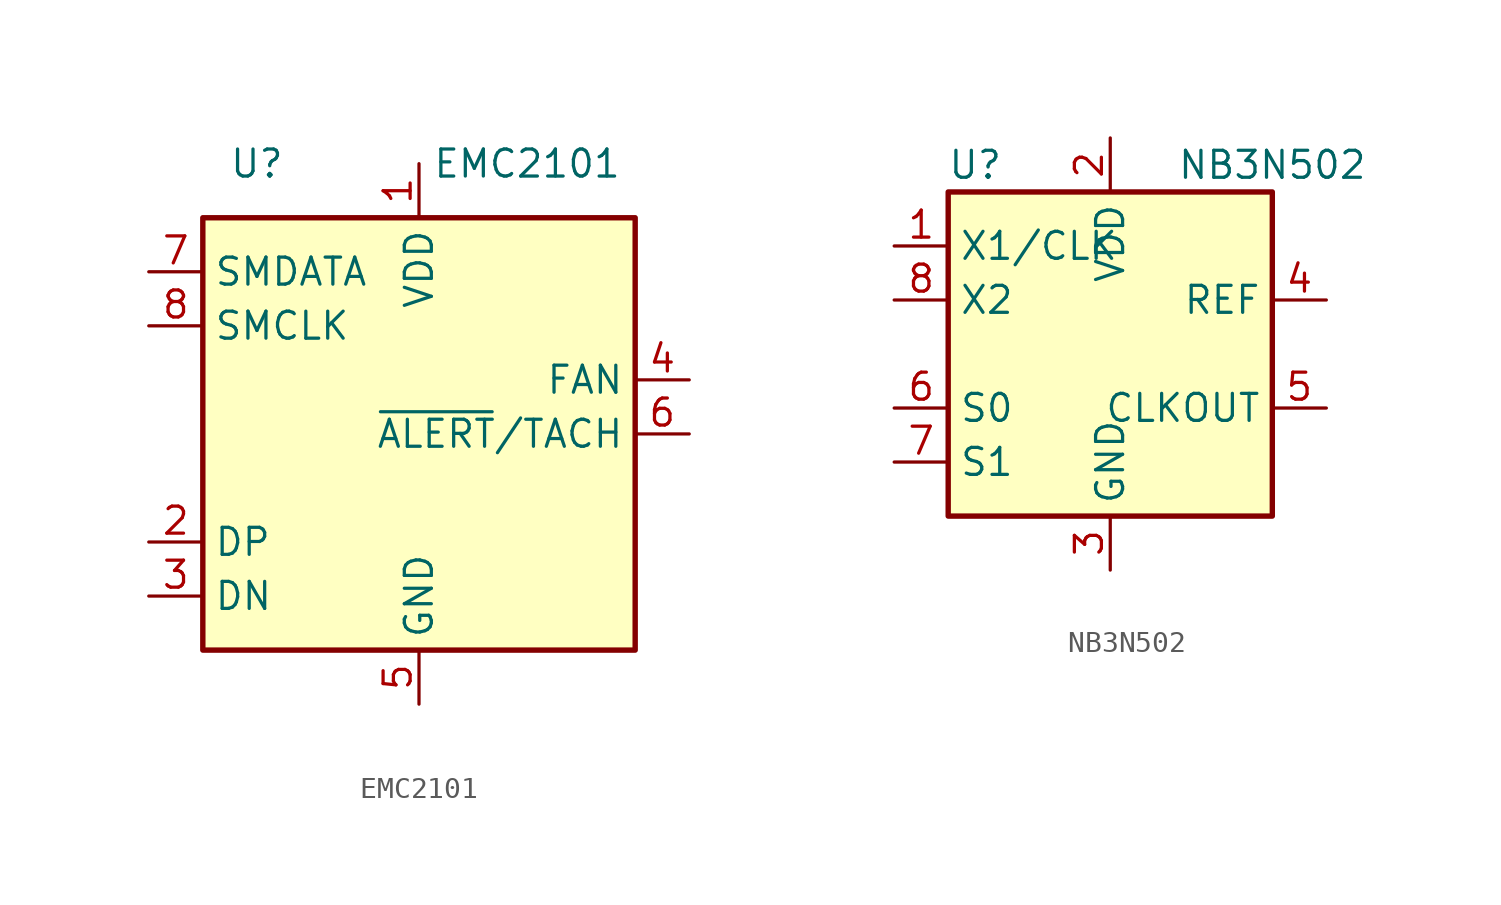
<source format=kicad_sym>
(kicad_symbol_lib
  (version 20220914)
  (generator kicad_symbol_editor)
  (symbol "EMC2101"
    (property "Reference" "U"
      (at -7.62 12.7 0)
      (effects (font (size 1.27 1.27))))
    (property "Value" "EMC2101"
      (at 5.08 12.7 0)
      (effects (font (size 1.27 1.27))))
    (symbol "EMC2101_0_1"
      (rectangle (start -10.16 10.16) (end 10.16 -10.16) (stroke (width 0.254) (type default)) (fill (type background))))
    (symbol "EMC2101_1_1"
      (pin power_in line (at 0 12.7 270) (length 2.54) (name "VDD" (effects (font (size 1.27 1.27)))) (number "1" (effects (font (size 1.27 1.27)))))
      (pin input line (at -12.7 -5.08 0) (length 2.54) (name "DP" (effects (font (size 1.27 1.27)))) (number "2" (effects (font (size 1.27 1.27)))))
      (pin input line (at -12.7 -7.62 0) (length 2.54) (name "DN" (effects (font (size 1.27 1.27)))) (number "3" (effects (font (size 1.27 1.27)))))
      (pin output line (at 12.7 2.54 180) (length 2.54) (name "FAN" (effects (font (size 1.27 1.27)))) (number "4" (effects (font (size 1.27 1.27)))))
      (pin power_in line (at 0 -12.7 90) (length 2.54) (name "GND" (effects (font (size 1.27 1.27)))) (number "5" (effects (font (size 1.27 1.27)))))
      (pin tri_state line (at 12.7 0 180) (length 2.54) (name "~{ALERT}/TACH" (effects (font (size 1.27 1.27)))) (number "6" (effects (font (size 1.27 1.27)))))
      (pin tri_state line (at -12.7 7.62 0) (length 2.54) (name "SMDATA" (effects (font (size 1.27 1.27)))) (number "7" (effects (font (size 1.27 1.27)))))
      (pin tri_state line (at -12.7 5.08 0) (length 2.54) (name "SMCLK" (effects (font (size 1.27 1.27)))) (number "8" (effects (font (size 1.27 1.27)))))))
  (symbol "NB3N502"
    (property "Reference" "U"
      (at -6.35 8.89 0)
      (effects (font (size 1.27 1.27))))
    (property "Value" "NB3N502"
      (at 7.62 8.89 0)
      (effects (font (size 1.27 1.27))))
    (symbol "NB3N502_0_1"
      (rectangle (start -7.62 7.62) (end 7.62 -7.62) (stroke (width 0.254) (type default)) (fill (type background))))
    (symbol "NB3N502_1_1"
      (pin input line (at -10.16 5.08 0) (length 2.54) (name "X1/CLK" (effects (font (size 1.27 1.27)))) (number "1" (effects (font (size 1.27 1.27)))))
      (pin power_in line (at 0 10.16 270) (length 2.54) (name "VDD" (effects (font (size 1.27 1.27)))) (number "2" (effects (font (size 1.27 1.27)))))
      (pin power_in line (at 0 -10.16 90) (length 2.54) (name "GND" (effects (font (size 1.27 1.27)))) (number "3" (effects (font (size 1.27 1.27)))))
      (pin output line (at 10.16 2.54 180) (length 2.54) (name "REF" (effects (font (size 1.27 1.27)))) (number "4" (effects (font (size 1.27 1.27)))))
      (pin output line (at 10.16 -2.54 180) (length 2.54) (name "CLKOUT" (effects (font (size 1.27 1.27)))) (number "5" (effects (font (size 1.27 1.27)))))
      (pin input line (at -10.16 -2.54 0) (length 2.54) (name "S0" (effects (font (size 1.27 1.27)))) (number "6" (effects (font (size 1.27 1.27)))))
      (pin input line (at -10.16 -5.08 0) (length 2.54) (name "S1" (effects (font (size 1.27 1.27)))) (number "7" (effects (font (size 1.27 1.27)))))
      (pin input line (at -10.16 2.54 0) (length 2.54) (name "X2" (effects (font (size 1.27 1.27)))) (number "8" (effects (font (size 1.27 1.27))))))))
</source>
